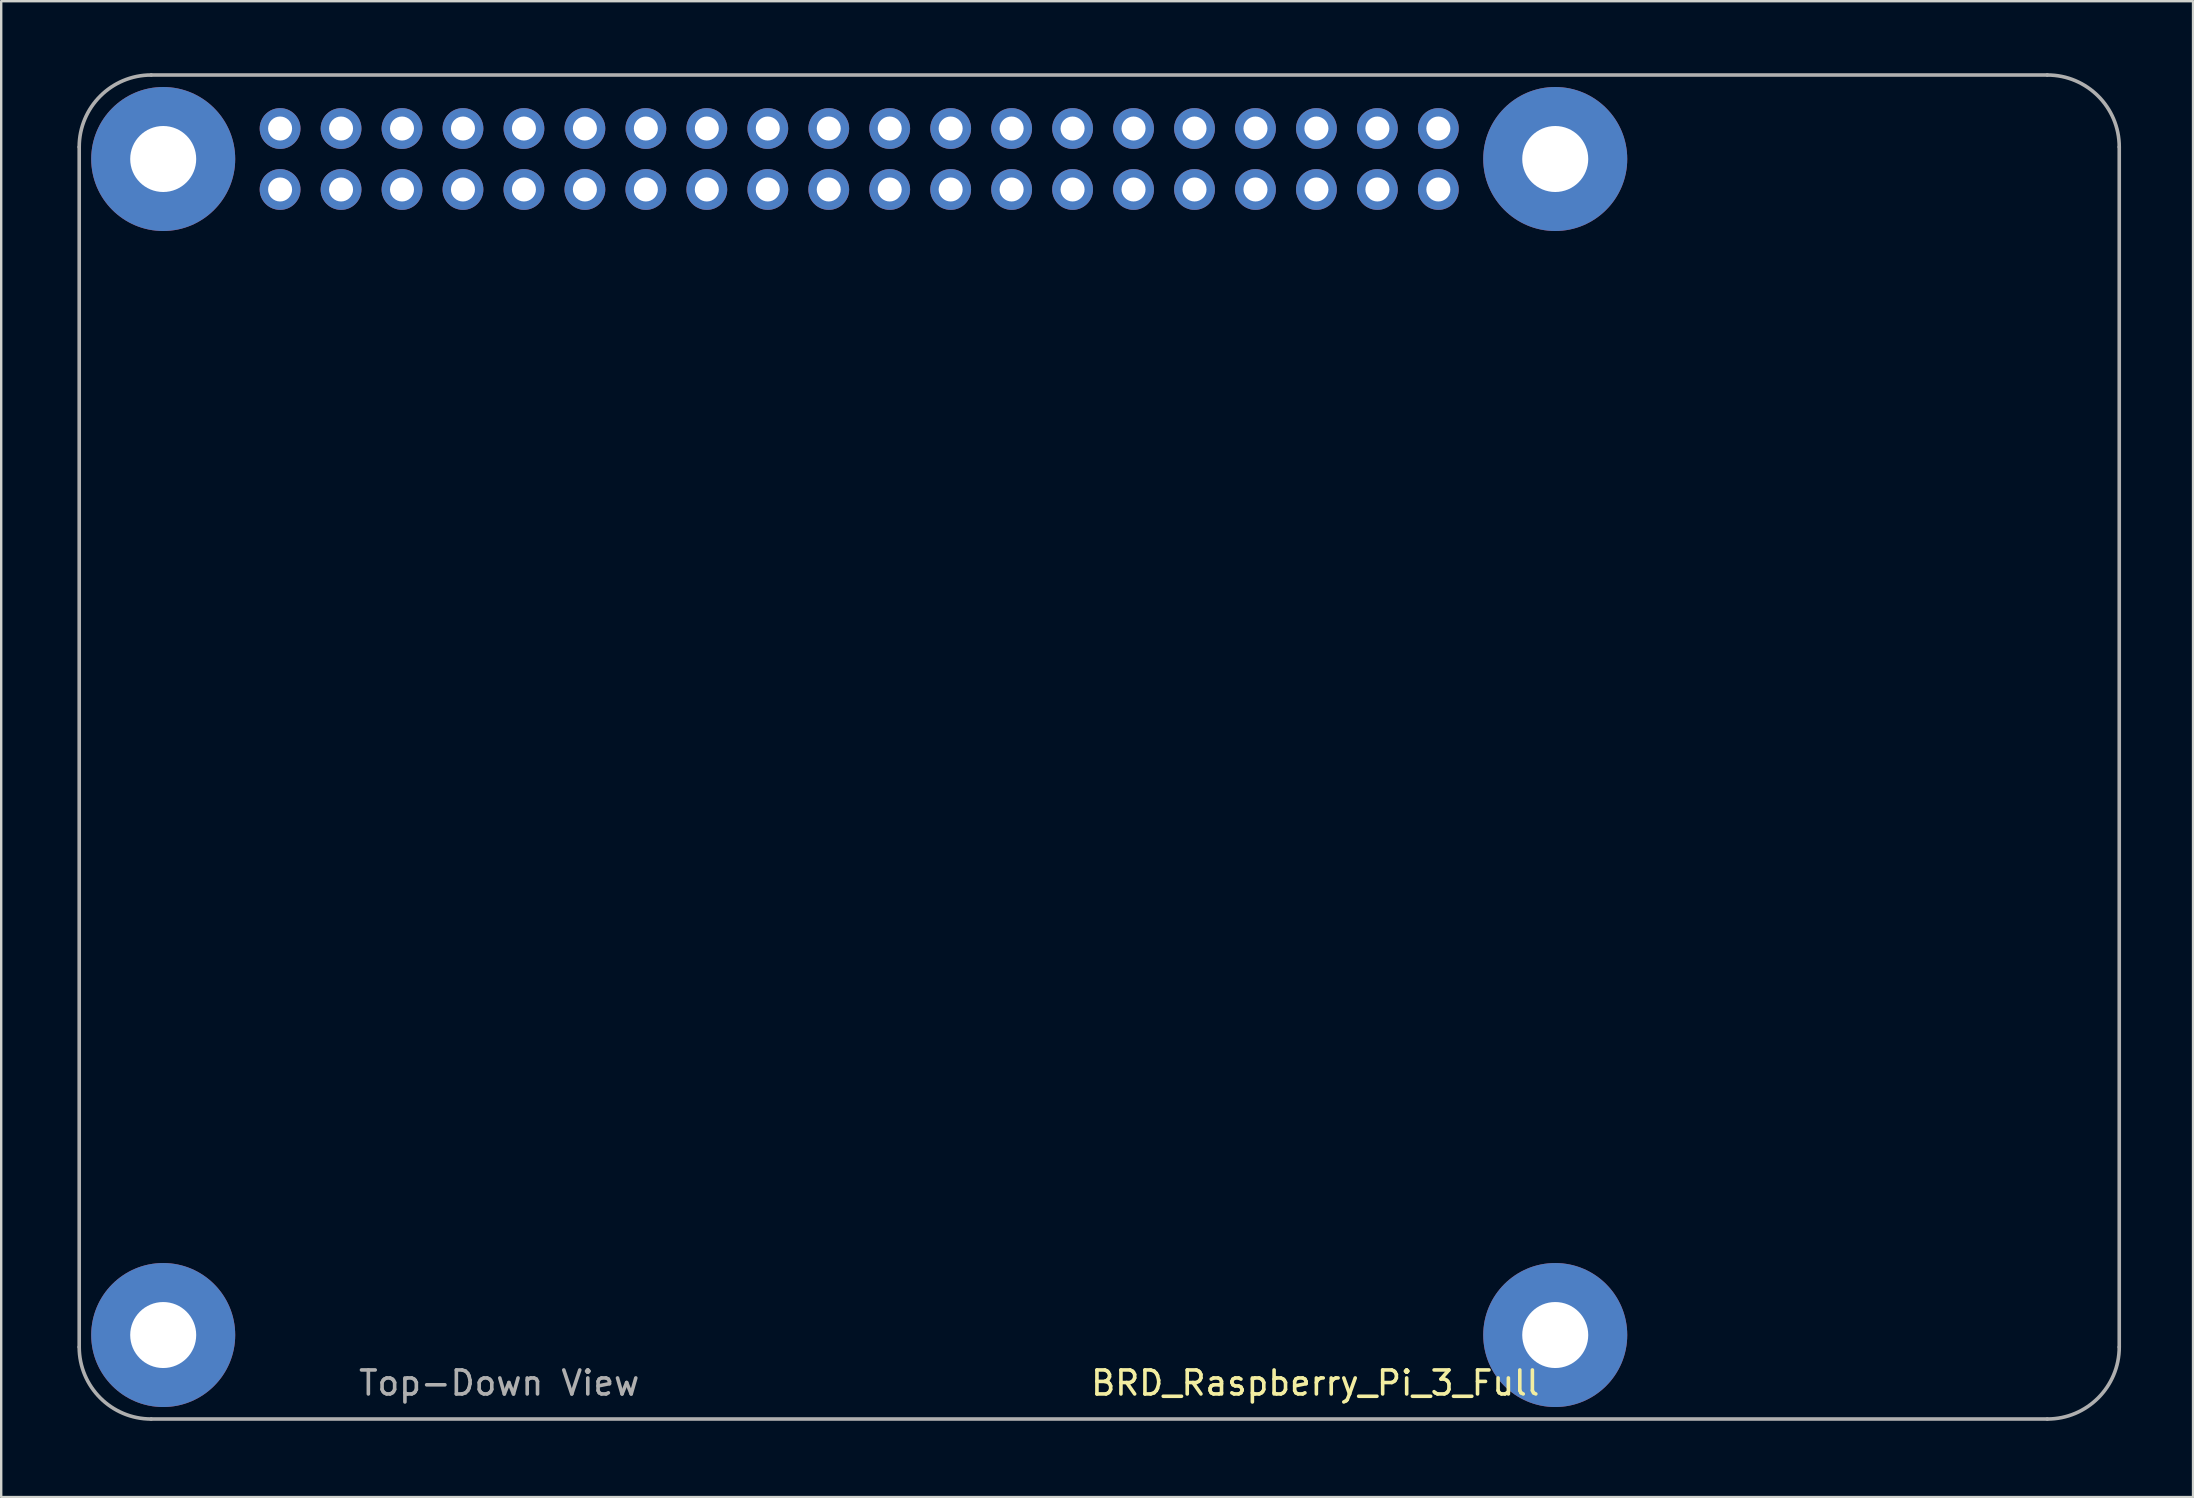
<source format=kicad_pcb>
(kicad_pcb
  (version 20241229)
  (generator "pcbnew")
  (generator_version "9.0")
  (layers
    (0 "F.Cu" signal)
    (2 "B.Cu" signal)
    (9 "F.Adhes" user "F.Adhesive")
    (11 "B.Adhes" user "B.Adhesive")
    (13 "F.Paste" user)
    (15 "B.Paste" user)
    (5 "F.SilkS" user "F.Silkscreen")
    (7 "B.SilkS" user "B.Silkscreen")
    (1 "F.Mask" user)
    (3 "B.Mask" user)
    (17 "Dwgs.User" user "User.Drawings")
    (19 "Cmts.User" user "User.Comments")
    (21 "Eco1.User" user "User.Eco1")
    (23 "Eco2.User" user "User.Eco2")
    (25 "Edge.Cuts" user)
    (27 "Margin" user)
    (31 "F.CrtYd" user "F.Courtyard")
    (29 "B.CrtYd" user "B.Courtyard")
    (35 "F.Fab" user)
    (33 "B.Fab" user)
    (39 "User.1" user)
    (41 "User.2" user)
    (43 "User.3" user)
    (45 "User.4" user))
  (footprint "BRD_Raspberry_Pi_3_Full"
    (layer "F.Cu")
    (at 0.25 56.075)
    (property "Reference" "BRD_Raspberry_Pi_3_Full" (at 51.5 -1.5 0) (layer "F.SilkS") (effects (font (size 1 1) (thickness 0.15))))
    (attr through_hole)
    (fp_line (start 0 -3) (end 0 -53) (stroke (width 0.15) (type solid)) (layer "F.Fab"))
    (fp_line (start 3 -56) (end 82 -56) (stroke (width 0.15) (type solid)) (layer "F.Fab"))
    (fp_line (start 3 0) (end 82 0) (stroke (width 0.15) (type solid)) (layer "F.Fab"))
    (fp_line (start 85 -3) (end 85 -53) (stroke (width 0.15) (type solid)) (layer "F.Fab"))
    (fp_arc (start 0 -53) (mid 0.87868 -55.12132) (end 3 -56) (stroke (width 0.15) (type solid)) (layer "F.Fab"))
    (fp_arc (start 3 0) (mid 0.87868 -0.87868) (end 0 -3) (stroke (width 0.15) (type solid)) (layer "F.Fab"))
    (fp_arc (start 82 -56) (mid 84.12132 -55.12132) (end 85 -53) (stroke (width 0.15) (type solid)) (layer "F.Fab"))
    (fp_arc (start 85 -3) (mid 84.12132 -0.87868) (end 82 0) (stroke (width 0.15) (type solid)) (layer "F.Fab"))
    (fp_text user "Top-Down View" (at 17.5 -1.5 0) (layer "F.Fab") (effects (font (size 1 1) (thickness 0.15))))
    (pad "1" thru_hole circle (at 8.37 -51.23) (size 1.7 1.7) (drill 1) (layers "*.Cu" "*.Mask"))
    (pad "2" thru_hole circle (at 8.37 -53.77) (size 1.7 1.7) (drill 1) (layers "*.Cu" "*.Mask"))
    (pad "3" thru_hole circle (at 10.91 -51.23) (size 1.7 1.7) (drill 1) (layers "*.Cu" "*.Mask"))
    (pad "4" thru_hole circle (at 10.91 -53.77) (size 1.7 1.7) (drill 1) (layers "*.Cu" "*.Mask"))
    (pad "5" thru_hole circle (at 13.45 -51.23) (size 1.7 1.7) (drill 1) (layers "*.Cu" "*.Mask"))
    (pad "6" thru_hole circle (at 13.45 -53.77) (size 1.7 1.7) (drill 1) (layers "*.Cu" "*.Mask"))
    (pad "7" thru_hole circle (at 15.99 -51.23) (size 1.7 1.7) (drill 1) (layers "*.Cu" "*.Mask"))
    (pad "8" thru_hole circle (at 15.99 -53.77) (size 1.7 1.7) (drill 1) (layers "*.Cu" "*.Mask"))
    (pad "9" thru_hole circle (at 18.53 -51.23) (size 1.7 1.7) (drill 1) (layers "*.Cu" "*.Mask"))
    (pad "10" thru_hole circle (at 18.53 -53.77) (size 1.7 1.7) (drill 1) (layers "*.Cu" "*.Mask"))
    (pad "11" thru_hole circle (at 21.07 -51.23) (size 1.7 1.7) (drill 1) (layers "*.Cu" "*.Mask"))
    (pad "12" thru_hole circle (at 21.07 -53.77) (size 1.7 1.7) (drill 1) (layers "*.Cu" "*.Mask"))
    (pad "13" thru_hole circle (at 23.61 -51.23) (size 1.7 1.7) (drill 1) (layers "*.Cu" "*.Mask"))
    (pad "14" thru_hole circle (at 23.61 -53.77) (size 1.7 1.7) (drill 1) (layers "*.Cu" "*.Mask"))
    (pad "15" thru_hole circle (at 26.15 -51.23) (size 1.7 1.7) (drill 1) (layers "*.Cu" "*.Mask"))
    (pad "16" thru_hole circle (at 26.15 -53.77) (size 1.7 1.7) (drill 1) (layers "*.Cu" "*.Mask"))
    (pad "17" thru_hole circle (at 28.69 -51.23) (size 1.7 1.7) (drill 1) (layers "*.Cu" "*.Mask"))
    (pad "18" thru_hole circle (at 28.69 -53.77) (size 1.7 1.7) (drill 1) (layers "*.Cu" "*.Mask"))
    (pad "19" thru_hole circle (at 31.23 -51.23) (size 1.7 1.7) (drill 1) (layers "*.Cu" "*.Mask"))
    (pad "20" thru_hole circle (at 31.23 -53.77) (size 1.7 1.7) (drill 1) (layers "*.Cu" "*.Mask"))
    (pad "21" thru_hole circle (at 33.77 -51.23) (size 1.7 1.7) (drill 1) (layers "*.Cu" "*.Mask"))
    (pad "22" thru_hole circle (at 33.77 -53.77) (size 1.7 1.7) (drill 1) (layers "*.Cu" "*.Mask"))
    (pad "23" thru_hole circle (at 36.31 -51.23) (size 1.7 1.7) (drill 1) (layers "*.Cu" "*.Mask"))
    (pad "24" thru_hole circle (at 36.31 -53.77) (size 1.7 1.7) (drill 1) (layers "*.Cu" "*.Mask"))
    (pad "25" thru_hole circle (at 38.85 -51.23) (size 1.7 1.7) (drill 1) (layers "*.Cu" "*.Mask"))
    (pad "26" thru_hole circle (at 38.85 -53.77) (size 1.7 1.7) (drill 1) (layers "*.Cu" "*.Mask"))
    (pad "27" thru_hole circle (at 41.39 -51.23) (size 1.7 1.7) (drill 1) (layers "*.Cu" "*.Mask"))
    (pad "28" thru_hole circle (at 41.39 -53.77) (size 1.7 1.7) (drill 1) (layers "*.Cu" "*.Mask"))
    (pad "29" thru_hole circle (at 43.93 -51.23) (size 1.7 1.7) (drill 1) (layers "*.Cu" "*.Mask"))
    (pad "30" thru_hole circle (at 43.93 -53.77) (size 1.7 1.7) (drill 1) (layers "*.Cu" "*.Mask"))
    (pad "31" thru_hole circle (at 46.47 -51.23) (size 1.7 1.7) (drill 1) (layers "*.Cu" "*.Mask"))
    (pad "32" thru_hole circle (at 46.47 -53.77) (size 1.7 1.7) (drill 1) (layers "*.Cu" "*.Mask"))
    (pad "33" thru_hole circle (at 49.01 -51.23) (size 1.7 1.7) (drill 1) (layers "*.Cu" "*.Mask"))
    (pad "34" thru_hole circle (at 49.01 -53.77) (size 1.7 1.7) (drill 1) (layers "*.Cu" "*.Mask"))
    (pad "35" thru_hole circle (at 51.55 -51.23) (size 1.7 1.7) (drill 1) (layers "*.Cu" "*.Mask"))
    (pad "36" thru_hole circle (at 51.55 -53.77) (size 1.7 1.7) (drill 1) (layers "*.Cu" "*.Mask"))
    (pad "37" thru_hole circle (at 54.09 -51.23) (size 1.7 1.7) (drill 1) (layers "*.Cu" "*.Mask"))
    (pad "38" thru_hole circle (at 54.09 -53.77) (size 1.7 1.7) (drill 1) (layers "*.Cu" "*.Mask"))
    (pad "39" thru_hole circle (at 56.63 -51.23) (size 1.7 1.7) (drill 1) (layers "*.Cu" "*.Mask"))
    (pad "40" thru_hole circle (at 56.63 -53.77) (size 1.7 1.7) (drill 1) (layers "*.Cu" "*.Mask"))
    (pad "41" thru_hole circle (at 3.5 -52.5) (size 6 6) (drill 2.75) (layers "*.Cu" "*.Mask"))
    (pad "42" thru_hole circle (at 61.5 -52.5) (size 6 6) (drill 2.75) (layers "*.Cu" "*.Mask"))
    (pad "43" thru_hole circle (at 3.5 -3.5) (size 6 6) (drill 2.75) (layers "*.Cu" "*.Mask"))
    (pad "44" thru_hole circle (at 61.5 -3.5) (size 6 6) (drill 2.75) (layers "*.Cu" "*.Mask")))
  (gr_rect
    (start -3 -3)
    (end 88.325 59.325)
    (stroke (width 0.1) (type default))
    (fill no)
    (layer "Edge.Cuts")))
</source>
